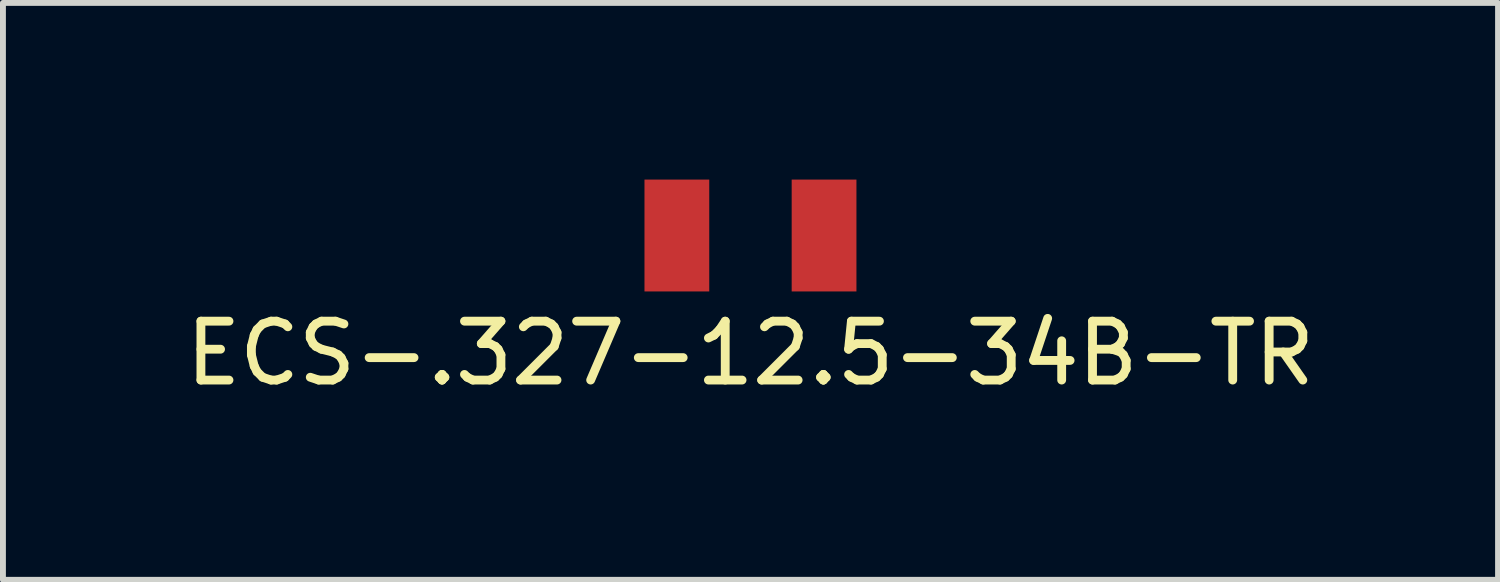
<source format=kicad_pcb>
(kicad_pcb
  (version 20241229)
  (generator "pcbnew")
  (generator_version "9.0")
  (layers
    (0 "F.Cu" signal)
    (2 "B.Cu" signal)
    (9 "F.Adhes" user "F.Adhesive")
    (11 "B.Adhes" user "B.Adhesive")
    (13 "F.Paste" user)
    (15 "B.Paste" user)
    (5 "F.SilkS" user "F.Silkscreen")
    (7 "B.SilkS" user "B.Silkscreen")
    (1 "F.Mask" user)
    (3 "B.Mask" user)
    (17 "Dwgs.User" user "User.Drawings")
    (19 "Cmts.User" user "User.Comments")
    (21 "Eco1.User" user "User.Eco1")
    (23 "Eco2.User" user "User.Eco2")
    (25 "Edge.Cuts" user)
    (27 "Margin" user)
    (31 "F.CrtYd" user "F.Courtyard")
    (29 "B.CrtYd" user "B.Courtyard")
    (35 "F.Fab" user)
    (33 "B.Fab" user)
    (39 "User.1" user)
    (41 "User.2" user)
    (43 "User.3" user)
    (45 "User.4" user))
  (footprint "ECS-.327-12.5-34B-TR"
    (layer "F.Cu")
    (at 9.696 0.95)
    (property "Reference" "ECS-.327-12.5-34B-TR" (at 0 2 0) (layer "F.SilkS") (effects (font (size 1 1) (thickness 0.15))))
    (attr through_hole)
    (pad "1" smd rect (at -1.25 0) (size 1.1 1.9) (layers "F.Cu" "F.Mask" "F.Paste"))
    (pad "2" smd rect (at 1.25 0) (size 1.1 1.9) (layers "F.Cu" "F.Mask" "F.Paste")))
  (gr_rect
    (start -3 -3)
    (end 22.393 6.798)
    (stroke (width 0.1) (type default))
    (fill no)
    (layer "Edge.Cuts")))
</source>
